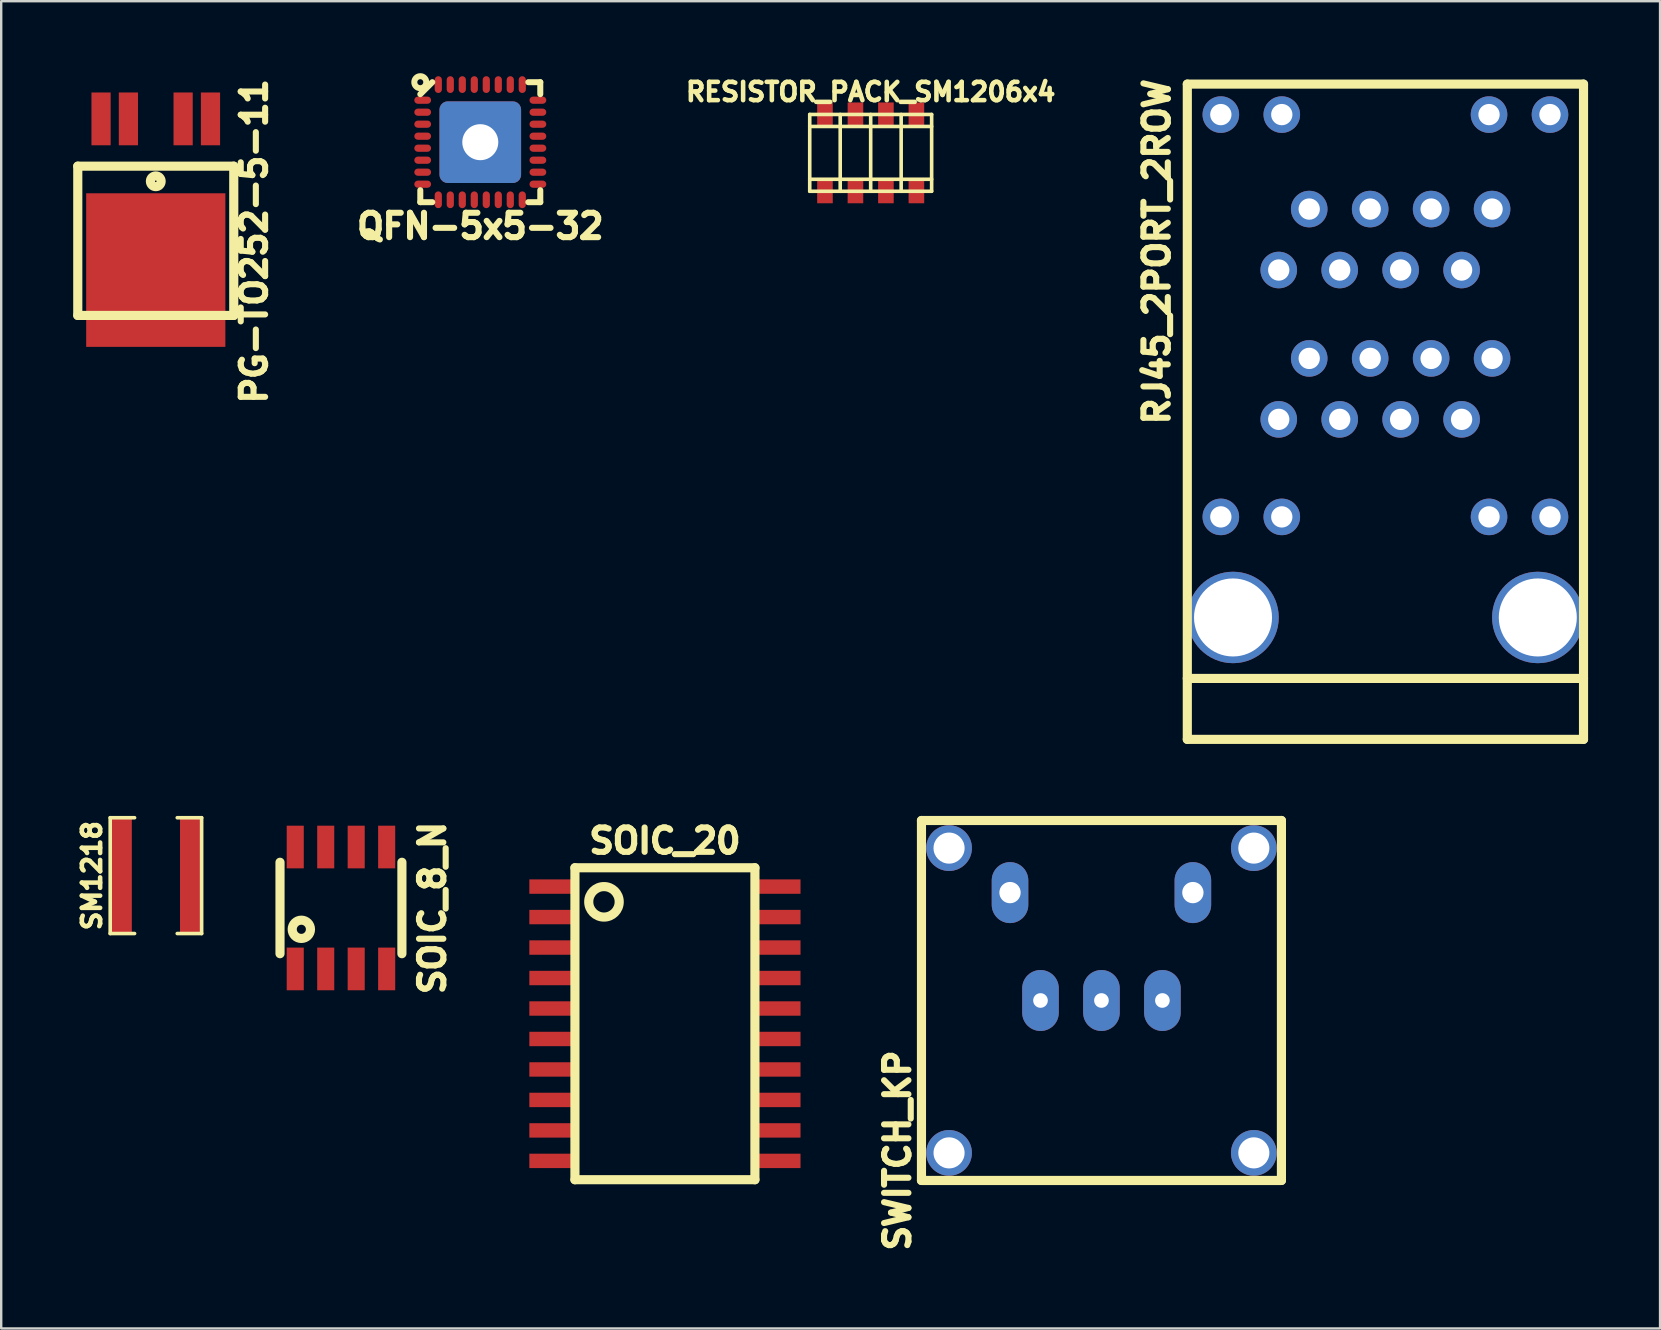
<source format=kicad_pcb>
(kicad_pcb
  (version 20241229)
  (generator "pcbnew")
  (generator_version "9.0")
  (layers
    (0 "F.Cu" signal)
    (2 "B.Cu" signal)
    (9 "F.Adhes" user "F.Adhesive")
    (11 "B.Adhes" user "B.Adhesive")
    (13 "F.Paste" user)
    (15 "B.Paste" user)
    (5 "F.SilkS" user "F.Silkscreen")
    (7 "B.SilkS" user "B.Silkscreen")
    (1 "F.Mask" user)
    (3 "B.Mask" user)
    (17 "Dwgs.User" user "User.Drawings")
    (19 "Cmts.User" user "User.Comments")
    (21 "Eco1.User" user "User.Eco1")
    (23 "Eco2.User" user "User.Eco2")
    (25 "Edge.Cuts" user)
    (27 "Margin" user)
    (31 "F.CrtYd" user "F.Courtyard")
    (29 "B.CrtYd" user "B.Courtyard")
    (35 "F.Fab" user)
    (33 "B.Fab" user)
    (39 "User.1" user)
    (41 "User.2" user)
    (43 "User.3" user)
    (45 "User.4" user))
  (footprint "QFN-5x5-32"
    (layer "F.Cu")
    (at 16.964 2.875)
    (property "Reference" "QFN-5x5-32" (at 0 3.5 0) (layer "F.SilkS") (effects (font (size 1.016 1.016) (thickness 0.254))))
    (attr through_hole)
    (fp_line (start -2.5 2) (end -2.5 2.5) (stroke (width 0.25) (type solid)) (layer "F.SilkS"))
    (fp_line (start -2.5 2.5) (end -2 2.5) (stroke (width 0.25) (type solid)) (layer "F.SilkS"))
    (fp_line (start -2 -2.5) (end -2.5 -2) (stroke (width 0.25) (type solid)) (layer "F.SilkS"))
    (fp_line (start 2 -2.5) (end 2.5 -2.5) (stroke (width 0.25) (type solid)) (layer "F.SilkS"))
    (fp_line (start 2.5 -2.5) (end 2.5 -2) (stroke (width 0.25) (type solid)) (layer "F.SilkS"))
    (fp_line (start 2.5 2) (end 2.5 2.5) (stroke (width 0.25) (type solid)) (layer "F.SilkS"))
    (fp_line (start 2.5 2.5) (end 2 2.5) (stroke (width 0.25) (type solid)) (layer "F.SilkS"))
    (fp_circle (center -2.5 -2.5) (end -2.5 -2.75) (stroke (width 0.25) (type solid)) (fill no) (layer "F.SilkS"))
    (pad "1" smd roundrect (at -2.4 -1.75) (size 0.7 0.3) (layers "F.Cu" "F.Mask" "F.Paste") (roundrect_rratio 0.5))
    (pad "2" smd roundrect (at -2.4 -1.25) (size 0.7 0.3) (layers "F.Cu" "F.Mask" "F.Paste") (roundrect_rratio 0.5))
    (pad "3" smd roundrect (at -2.4 -0.75) (size 0.7 0.3) (layers "F.Cu" "F.Mask" "F.Paste") (roundrect_rratio 0.5))
    (pad "4" smd roundrect (at -2.4 -0.25) (size 0.7 0.3) (layers "F.Cu" "F.Mask" "F.Paste") (roundrect_rratio 0.5))
    (pad "5" smd roundrect (at -2.4 0.25) (size 0.7 0.3) (layers "F.Cu" "F.Mask" "F.Paste") (roundrect_rratio 0.5))
    (pad "6" smd roundrect (at -2.4 0.75) (size 0.7 0.3) (layers "F.Cu" "F.Mask" "F.Paste") (roundrect_rratio 0.5))
    (pad "7" smd roundrect (at -2.4 1.25) (size 0.7 0.3) (layers "F.Cu" "F.Mask" "F.Paste") (roundrect_rratio 0.5))
    (pad "8" smd roundrect (at -2.4 1.75) (size 0.7 0.3) (layers "F.Cu" "F.Mask" "F.Paste") (roundrect_rratio 0.5))
    (pad "9" smd roundrect (at -1.75 2.4) (size 0.3 0.7) (layers "F.Cu" "F.Mask" "F.Paste") (roundrect_rratio 0.5))
    (pad "10" smd roundrect (at -1.25 2.4) (size 0.3 0.7) (layers "F.Cu" "F.Mask" "F.Paste") (roundrect_rratio 0.5))
    (pad "11" smd roundrect (at -0.75 2.4) (size 0.3 0.7) (layers "F.Cu" "F.Mask" "F.Paste") (roundrect_rratio 0.5))
    (pad "12" smd roundrect (at -0.25 2.4) (size 0.3 0.7) (layers "F.Cu" "F.Mask" "F.Paste") (roundrect_rratio 0.5))
    (pad "13" smd roundrect (at 0.25 2.4) (size 0.3 0.7) (layers "F.Cu" "F.Mask" "F.Paste") (roundrect_rratio 0.5))
    (pad "14" smd roundrect (at 0.75 2.4) (size 0.3 0.7) (layers "F.Cu" "F.Mask" "F.Paste") (roundrect_rratio 0.5))
    (pad "15" smd roundrect (at 1.25 2.4) (size 0.3 0.7) (layers "F.Cu" "F.Mask" "F.Paste") (roundrect_rratio 0.5))
    (pad "16" smd roundrect (at 1.75 2.4) (size 0.3 0.7) (layers "F.Cu" "F.Mask" "F.Paste") (roundrect_rratio 0.5))
    (pad "17" smd roundrect (at 2.4 1.75) (size 0.7 0.3) (layers "F.Cu" "F.Mask" "F.Paste") (roundrect_rratio 0.5))
    (pad "18" smd roundrect (at 2.4 1.25) (size 0.7 0.3) (layers "F.Cu" "F.Mask" "F.Paste") (roundrect_rratio 0.5))
    (pad "19" smd roundrect (at 2.4 0.75) (size 0.7 0.3) (layers "F.Cu" "F.Mask" "F.Paste") (roundrect_rratio 0.5))
    (pad "20" smd roundrect (at 2.4 0.25) (size 0.7 0.3) (layers "F.Cu" "F.Mask" "F.Paste") (roundrect_rratio 0.5))
    (pad "21" smd roundrect (at 2.4 -0.25) (size 0.7 0.3) (layers "F.Cu" "F.Mask" "F.Paste") (roundrect_rratio 0.5))
    (pad "22" smd roundrect (at 2.4 -0.75) (size 0.7 0.3) (layers "F.Cu" "F.Mask" "F.Paste") (roundrect_rratio 0.5))
    (pad "23" smd roundrect (at 2.4 -1.25) (size 0.7 0.3) (layers "F.Cu" "F.Mask" "F.Paste") (roundrect_rratio 0.5))
    (pad "24" smd roundrect (at 2.4 -1.75) (size 0.7 0.3) (layers "F.Cu" "F.Mask" "F.Paste") (roundrect_rratio 0.5))
    (pad "25" smd roundrect (at 1.75 -2.4) (size 0.3 0.7) (layers "F.Cu" "F.Mask" "F.Paste") (roundrect_rratio 0.5))
    (pad "26" smd roundrect (at 1.25 -2.4) (size 0.3 0.7) (layers "F.Cu" "F.Mask" "F.Paste") (roundrect_rratio 0.5))
    (pad "27" smd roundrect (at 0.75 -2.4) (size 0.3 0.7) (layers "F.Cu" "F.Mask" "F.Paste") (roundrect_rratio 0.5))
    (pad "28" smd roundrect (at 0.25 -2.4) (size 0.3 0.7) (layers "F.Cu" "F.Mask" "F.Paste") (roundrect_rratio 0.5))
    (pad "29" smd roundrect (at -0.25 -2.4) (size 0.3 0.7) (layers "F.Cu" "F.Mask" "F.Paste") (roundrect_rratio 0.5))
    (pad "30" smd roundrect (at -0.75 -2.4) (size 0.3 0.7) (layers "F.Cu" "F.Mask" "F.Paste") (roundrect_rratio 0.5))
    (pad "31" smd roundrect (at -1.25 -2.4) (size 0.3 0.7) (layers "F.Cu" "F.Mask" "F.Paste") (roundrect_rratio 0.5))
    (pad "32" smd roundrect (at -1.75 -2.4) (size 0.3 0.7) (layers "F.Cu" "F.Mask" "F.Paste") (roundrect_rratio 0.5))
    (pad "PAD" thru_hole roundrect (at 0 0) (size 3.4 3.4) (drill 1.5) (layers "*.Cu" "*.Mask" "F.Paste") (roundrect_rratio 0.1)))
  (footprint "SOIC_20"
    (layer "F.Cu")
    (at 24.658 39.61)
    (property "Reference" "SOIC_20" (at 0 -7.62 0) (layer "F.SilkS") (effects (font (size 1.016 1.016) (thickness 0.254))))
    (attr through_hole)
    (fp_line (start -3.75 -6.5) (end -3.75 6.5) (stroke (width 0.381) (type solid)) (layer "F.SilkS"))
    (fp_line (start -3.75 6.5) (end 3.75 6.5) (stroke (width 0.381) (type solid)) (layer "F.SilkS"))
    (fp_line (start 3.75 -6.5) (end -3.75 -6.5) (stroke (width 0.381) (type solid)) (layer "F.SilkS"))
    (fp_line (start 3.75 6.5) (end 3.75 -6.5) (stroke (width 0.381) (type solid)) (layer "F.SilkS"))
    (fp_circle (center -2.54 -5.08) (end -2.54 -5.715) (stroke (width 0.381) (type solid)) (fill no) (layer "F.SilkS"))
    (pad "1" smd rect (at -4.65 -5.715) (size 2 0.6) (layers "F.Cu" "F.Mask" "F.Paste"))
    (pad "2" smd rect (at -4.65 -4.445) (size 2 0.6) (layers "F.Cu" "F.Mask" "F.Paste"))
    (pad "3" smd rect (at -4.65 -3.175) (size 2 0.6) (layers "F.Cu" "F.Mask" "F.Paste"))
    (pad "4" smd rect (at -4.65 -1.905) (size 2 0.6) (layers "F.Cu" "F.Mask" "F.Paste"))
    (pad "5" smd rect (at -4.65 -0.635) (size 2 0.6) (layers "F.Cu" "F.Mask" "F.Paste"))
    (pad "6" smd rect (at -4.65 0.635) (size 2 0.6) (layers "F.Cu" "F.Mask" "F.Paste"))
    (pad "7" smd rect (at -4.65 1.905) (size 2 0.6) (layers "F.Cu" "F.Mask" "F.Paste"))
    (pad "8" smd rect (at -4.65 3.175) (size 2 0.6) (layers "F.Cu" "F.Mask" "F.Paste"))
    (pad "9" smd rect (at -4.65 4.445) (size 2 0.6) (layers "F.Cu" "F.Mask" "F.Paste"))
    (pad "10" smd rect (at -4.65 5.715) (size 2 0.6) (layers "F.Cu" "F.Mask" "F.Paste"))
    (pad "11" smd rect (at 4.65 5.715) (size 2 0.6) (layers "F.Cu" "F.Mask" "F.Paste"))
    (pad "12" smd rect (at 4.65 4.445) (size 2 0.6) (layers "F.Cu" "F.Mask" "F.Paste"))
    (pad "13" smd rect (at 4.65 3.175) (size 2 0.6) (layers "F.Cu" "F.Mask" "F.Paste"))
    (pad "14" smd rect (at 4.65 1.905) (size 2 0.6) (layers "F.Cu" "F.Mask" "F.Paste"))
    (pad "15" smd rect (at 4.65 0.635) (size 2 0.6) (layers "F.Cu" "F.Mask" "F.Paste"))
    (pad "16" smd rect (at 4.65 -0.635) (size 2 0.6) (layers "F.Cu" "F.Mask" "F.Paste"))
    (pad "17" smd rect (at 4.65 -1.905) (size 2 0.6) (layers "F.Cu" "F.Mask" "F.Paste"))
    (pad "18" smd rect (at 4.65 -3.175) (size 2 0.6) (layers "F.Cu" "F.Mask" "F.Paste"))
    (pad "19" smd rect (at 4.65 -4.445) (size 2 0.6) (layers "F.Cu" "F.Mask" "F.Paste"))
    (pad "20" smd rect (at 4.65 -5.715) (size 2 0.6) (layers "F.Cu" "F.Mask" "F.Paste")))
  (footprint "SOIC_8_N"
    (layer "F.Cu")
    (at 11.158 34.786)
    (property "Reference" "SOIC_8_N" (at 3.81 0 90) (layer "F.SilkS") (effects (font (size 1.016 1.016) (thickness 0.254))))
    (attr through_hole)
    (fp_line (start -2.54 -1.905) (end -2.54 1.905) (stroke (width 0.381) (type solid)) (layer "F.SilkS"))
    (fp_line (start 2.54 -1.905) (end 2.54 1.905) (stroke (width 0.381) (type solid)) (layer "F.SilkS"))
    (fp_circle (center -1.651 0.889) (end -1.651 0.508) (stroke (width 0.381) (type solid)) (fill no) (layer "F.SilkS"))
    (pad "1" smd rect (at -1.905 2.54) (size 0.711 1.778) (layers "F.Cu" "F.Mask"))
    (pad "2" smd rect (at -0.635 2.54) (size 0.711 1.778) (layers "F.Cu" "F.Mask"))
    (pad "3" smd rect (at 0.635 2.54) (size 0.711 1.778) (layers "F.Cu" "F.Mask"))
    (pad "4" smd rect (at 1.905 2.54) (size 0.711 1.778) (layers "F.Cu" "F.Mask"))
    (pad "5" smd rect (at 1.905 -2.54) (size 0.711 1.778) (layers "F.Cu" "F.Mask"))
    (pad "6" smd rect (at 0.635 -2.54) (size 0.711 1.778) (layers "F.Cu" "F.Mask"))
    (pad "7" smd rect (at -0.635 -2.54) (size 0.711 1.778) (layers "F.Cu" "F.Mask"))
    (pad "8" smd rect (at -1.905 -2.54) (size 0.711 1.778) (layers "F.Cu" "F.Mask")))
  (footprint "RESISTOR_PACK_SM1206x4"
    (layer "F.Cu")
    (at 33.232 3.32)
    (property "Reference" "RESISTOR_PACK_SM1206x4" (at 0 -2.54 0) (layer "F.SilkS") (effects (font (size 0.762 0.762) (thickness 0.191))))
    (attr smd)
    (fp_line (start -2.54 -1.6) (end -2.54 1.6) (stroke (width 0.15) (type solid)) (layer "F.SilkS"))
    (fp_line (start -2.54 -1.6) (end 2.54 -1.6) (stroke (width 0.15) (type solid)) (layer "F.SilkS"))
    (fp_line (start -2.54 -1.1) (end 2.54 -1.1) (stroke (width 0.15) (type solid)) (layer "F.SilkS"))
    (fp_line (start -2.54 1.1) (end 2.54 1.1) (stroke (width 0.15) (type solid)) (layer "F.SilkS"))
    (fp_line (start -2.54 1.6) (end 2.54 1.6) (stroke (width 0.15) (type solid)) (layer "F.SilkS"))
    (fp_line (start -1.27 -1.6) (end -1.27 1.6) (stroke (width 0.15) (type solid)) (layer "F.SilkS"))
    (fp_line (start 0 -1.6) (end 0 1.6) (stroke (width 0.15) (type solid)) (layer "F.SilkS"))
    (fp_line (start 1.27 -1.6) (end 1.27 1.6) (stroke (width 0.15) (type solid)) (layer "F.SilkS"))
    (fp_line (start 2.54 1.6) (end 2.54 -1.6) (stroke (width 0.15) (type solid)) (layer "F.SilkS"))
    (pad "1" smd rect (at 1.905 -1.6) (size 0.65 1) (layers "F.Cu" "F.Mask" "F.Paste"))
    (pad "2" smd rect (at 1.905 1.6) (size 0.65 1) (layers "F.Cu" "F.Mask" "F.Paste"))
    (pad "3" smd rect (at 0.635 -1.6) (size 0.65 1) (layers "F.Cu" "F.Mask" "F.Paste"))
    (pad "4" smd rect (at 0.635 1.6) (size 0.65 1) (layers "F.Cu" "F.Mask" "F.Paste"))
    (pad "5" smd rect (at -0.635 -1.6) (size 0.65 1) (layers "F.Cu" "F.Mask" "F.Paste"))
    (pad "6" smd rect (at -0.635 1.6) (size 0.65 1) (layers "F.Cu" "F.Mask" "F.Paste"))
    (pad "7" smd rect (at -1.905 -1.6) (size 0.65 1) (layers "F.Cu" "F.Mask" "F.Paste"))
    (pad "8" smd rect (at -1.905 1.6) (size 0.65 1) (layers "F.Cu" "F.Mask" "F.Paste")))
  (footprint "PG-TO252-5-11"
    (layer "F.Cu")
    (at 3.441 1.904)
    (property "Reference" "PG-TO252-5-11" (at 4.1 5.1 270) (layer "F.SilkS") (effects (font (size 1.016 1.016) (thickness 0.254))))
    (attr through_hole)
    (fp_line (start -3.25 1.97) (end 3.25 1.97) (stroke (width 0.381) (type solid)) (layer "F.SilkS"))
    (fp_line (start -3.25 8.19) (end -3.25 1.97) (stroke (width 0.381) (type solid)) (layer "F.SilkS"))
    (fp_line (start 3.25 1.97) (end 3.25 8.19) (stroke (width 0.381) (type solid)) (layer "F.SilkS"))
    (fp_line (start 3.25 8.19) (end -3.25 8.19) (stroke (width 0.381) (type solid)) (layer "F.SilkS"))
    (fp_circle (center 0 2.6) (end -0.1 2.8) (stroke (width 0.381) (type solid)) (fill no) (layer "F.SilkS"))
    (pad "1" smd rect (at 2.28 0 180) (size 0.8 2.2) (layers "F.Cu" "F.Mask" "F.Paste"))
    (pad "2" smd rect (at 1.14 0 180) (size 0.8 2.2) (layers "F.Cu" "F.Mask" "F.Paste"))
    (pad "4" smd rect (at -1.14 0 180) (size 0.8 2.2) (layers "F.Cu" "F.Mask" "F.Paste"))
    (pad "5" smd rect (at -2.28 0 180) (size 0.8 2.2) (layers "F.Cu" "F.Mask" "F.Paste"))
    (pad "6" smd rect (at 0 6.3 180) (size 5.8 6.4) (layers "F.Cu" "F.Mask" "F.Paste")))
  (footprint "RJ45_2PORT_2ROW"
    (layer "F.Cu")
    (at 54.681 22.68)
    (property "Reference" "RJ45_2PORT_2ROW" (at -9.525 -15.24 90) (layer "F.SilkS") (effects (font (size 1.016 1.016) (thickness 0.254))))
    (attr through_hole)
    (fp_line (start -8.255 2.54) (end 8.255 2.54) (stroke (width 0.381) (type solid)) (layer "F.SilkS"))
    (fp_line (start -8.255 5.08) (end -8.255 -22.225) (stroke (width 0.381) (type solid)) (layer "F.SilkS"))
    (fp_line (start -8.255 5.08) (end 8.255 5.08) (stroke (width 0.381) (type solid)) (layer "F.SilkS"))
    (fp_line (start 8.255 -22.225) (end -8.255 -22.225) (stroke (width 0.381) (type solid)) (layer "F.SilkS"))
    (fp_line (start 8.255 5.08) (end 8.255 -22.225) (stroke (width 0.381) (type solid)) (layer "F.SilkS"))
    (pad "" thru_hole circle (at -6.858 -20.955) (size 1.524 1.524) (drill 0.889) (layers "*.Cu" "*.Mask"))
    (pad "" thru_hole circle (at -6.858 -4.191) (size 1.524 1.524) (drill 0.889) (layers "*.Cu" "*.Mask"))
    (pad "" thru_hole circle (at -6.35 0) (size 3.81 3.81) (drill 3.251) (layers "*.Cu" "*.Mask"))
    (pad "" thru_hole circle (at -4.318 -20.955) (size 1.524 1.524) (drill 0.889) (layers "*.Cu" "*.Mask"))
    (pad "" thru_hole circle (at -4.318 -4.191) (size 1.524 1.524) (drill 0.889) (layers "*.Cu" "*.Mask"))
    (pad "" thru_hole circle (at 4.318 -20.955) (size 1.524 1.524) (drill 0.889) (layers "*.Cu" "*.Mask"))
    (pad "" thru_hole circle (at 4.318 -4.191) (size 1.524 1.524) (drill 0.889) (layers "*.Cu" "*.Mask"))
    (pad "" thru_hole circle (at 6.35 0) (size 3.81 3.81) (drill 3.251) (layers "*.Cu" "*.Mask"))
    (pad "" thru_hole circle (at 6.858 -20.955) (size 1.524 1.524) (drill 0.889) (layers "*.Cu" "*.Mask"))
    (pad "" thru_hole circle (at 6.858 -4.191) (size 1.524 1.524) (drill 0.889) (layers "*.Cu" "*.Mask"))
    (pad "1" thru_hole circle (at -4.445 -8.255) (size 1.524 1.524) (drill 0.889) (layers "*.Cu" "*.Mask"))
    (pad "2" thru_hole circle (at -3.175 -10.795) (size 1.524 1.524) (drill 0.889) (layers "*.Cu" "*.Mask"))
    (pad "3" thru_hole circle (at -1.905 -8.255) (size 1.524 1.524) (drill 0.889) (layers "*.Cu" "*.Mask"))
    (pad "4" thru_hole circle (at -0.635 -10.795) (size 1.524 1.524) (drill 0.889) (layers "*.Cu" "*.Mask"))
    (pad "5" thru_hole circle (at 0.635 -8.255) (size 1.524 1.524) (drill 0.889) (layers "*.Cu" "*.Mask"))
    (pad "6" thru_hole circle (at 1.905 -10.795) (size 1.524 1.524) (drill 0.889) (layers "*.Cu" "*.Mask"))
    (pad "7" thru_hole circle (at 3.175 -8.255) (size 1.524 1.524) (drill 0.889) (layers "*.Cu" "*.Mask"))
    (pad "8" thru_hole circle (at 4.445 -10.795) (size 1.524 1.524) (drill 0.889) (layers "*.Cu" "*.Mask"))
    (pad "9" thru_hole circle (at 4.445 -17.018) (size 1.524 1.524) (drill 0.889) (layers "*.Cu" "*.Mask"))
    (pad "10" thru_hole circle (at 3.175 -14.478) (size 1.524 1.524) (drill 0.889) (layers "*.Cu" "*.Mask"))
    (pad "11" thru_hole circle (at 1.905 -17.018) (size 1.524 1.524) (drill 0.889) (layers "*.Cu" "*.Mask"))
    (pad "12" thru_hole circle (at 0.635 -14.478) (size 1.524 1.524) (drill 0.889) (layers "*.Cu" "*.Mask"))
    (pad "13" thru_hole circle (at -0.635 -17.018) (size 1.524 1.524) (drill 0.889) (layers "*.Cu" "*.Mask"))
    (pad "14" thru_hole circle (at -1.905 -14.478) (size 1.524 1.524) (drill 0.889) (layers "*.Cu" "*.Mask"))
    (pad "15" thru_hole circle (at -3.175 -17.018) (size 1.524 1.524) (drill 0.889) (layers "*.Cu" "*.Mask"))
    (pad "16" thru_hole circle (at -4.445 -14.478) (size 1.524 1.524) (drill 0.889) (layers "*.Cu" "*.Mask")))
  (footprint "SWITCH_KP"
    (layer "F.Cu")
    (at 42.848 38.641)
    (property "Reference" "SWITCH_KP" (at -8.5 6.25 90) (layer "F.SilkS") (effects (font (size 1.016 1.016) (thickness 0.254))))
    (attr through_hole)
    (fp_line (start -7.5 -7.5) (end -7.5 7.5) (stroke (width 0.381) (type solid)) (layer "F.SilkS"))
    (fp_line (start -7.5 7.5) (end 7.5 7.5) (stroke (width 0.381) (type solid)) (layer "F.SilkS"))
    (fp_line (start 7.5 -7.5) (end -7.5 -7.5) (stroke (width 0.381) (type solid)) (layer "F.SilkS"))
    (fp_line (start 7.5 7.5) (end 7.5 -7.5) (stroke (width 0.381) (type solid)) (layer "F.SilkS"))
    (pad "" thru_hole circle (at -6.35 -6.35) (size 1.905 1.905) (drill 1.295) (layers "*.Cu" "*.Mask"))
    (pad "" thru_hole circle (at -6.35 6.35) (size 1.905 1.905) (drill 1.295) (layers "*.Cu" "*.Mask"))
    (pad "" thru_hole circle (at 6.35 -6.35) (size 1.905 1.905) (drill 1.295) (layers "*.Cu" "*.Mask"))
    (pad "" thru_hole circle (at 6.35 6.35) (size 1.905 1.905) (drill 1.295) (layers "*.Cu" "*.Mask"))
    (pad "1" thru_hole oval (at -3.81 -4.496) (size 1.524 2.54) (drill 0.889) (layers "*.Cu" "*.Mask"))
    (pad "1a" thru_hole oval (at 3.81 -4.496) (size 1.524 2.54) (drill 0.889) (layers "*.Cu" "*.Mask"))
    (pad "COM" thru_hole oval (at 0 0) (size 1.524 2.54) (drill 0.61) (layers "*.Cu" "*.Mask"))
    (pad "L1" thru_hole oval (at -2.54 0) (size 1.524 2.54) (drill 0.61) (layers "*.Cu" "*.Mask"))
    (pad "L2" thru_hole oval (at 2.54 0) (size 1.524 2.54) (drill 0.61) (layers "*.Cu" "*.Mask")))
  (footprint "SM1218"
    (layer "F.Cu")
    (at 3.447 33.438)
    (property "Reference" "SM1218" (at -2.667 0 90) (layer "F.SilkS") (effects (font (size 0.762 0.762) (thickness 0.191))))
    (attr smd)
    (fp_line (start -1.905 -2.413) (end -1.905 2.413) (stroke (width 0.15) (type solid)) (layer "F.SilkS"))
    (fp_line (start -1.905 2.413) (end -0.889 2.413) (stroke (width 0.15) (type solid)) (layer "F.SilkS"))
    (fp_line (start -0.889 -2.413) (end -1.905 -2.413) (stroke (width 0.15) (type solid)) (layer "F.SilkS"))
    (fp_line (start 0.889 2.413) (end 1.905 2.413) (stroke (width 0.15) (type solid)) (layer "F.SilkS"))
    (fp_line (start 1.905 -2.413) (end 0.889 -2.413) (stroke (width 0.15) (type solid)) (layer "F.SilkS"))
    (fp_line (start 1.905 2.413) (end 1.905 -2.413) (stroke (width 0.15) (type solid)) (layer "F.SilkS"))
    (pad "1" smd rect (at -1.448 0) (size 0.889 4.826) (layers "F.Cu" "F.Mask" "F.Paste"))
    (pad "2" smd rect (at 1.448 0) (size 0.889 4.826) (layers "F.Cu" "F.Mask" "F.Paste")))
  (gr_rect
    (start -3 -3)
    (end 66.126 52.307)
    (stroke (width 0.1) (type default))
    (fill no)
    (layer "Edge.Cuts")))
</source>
